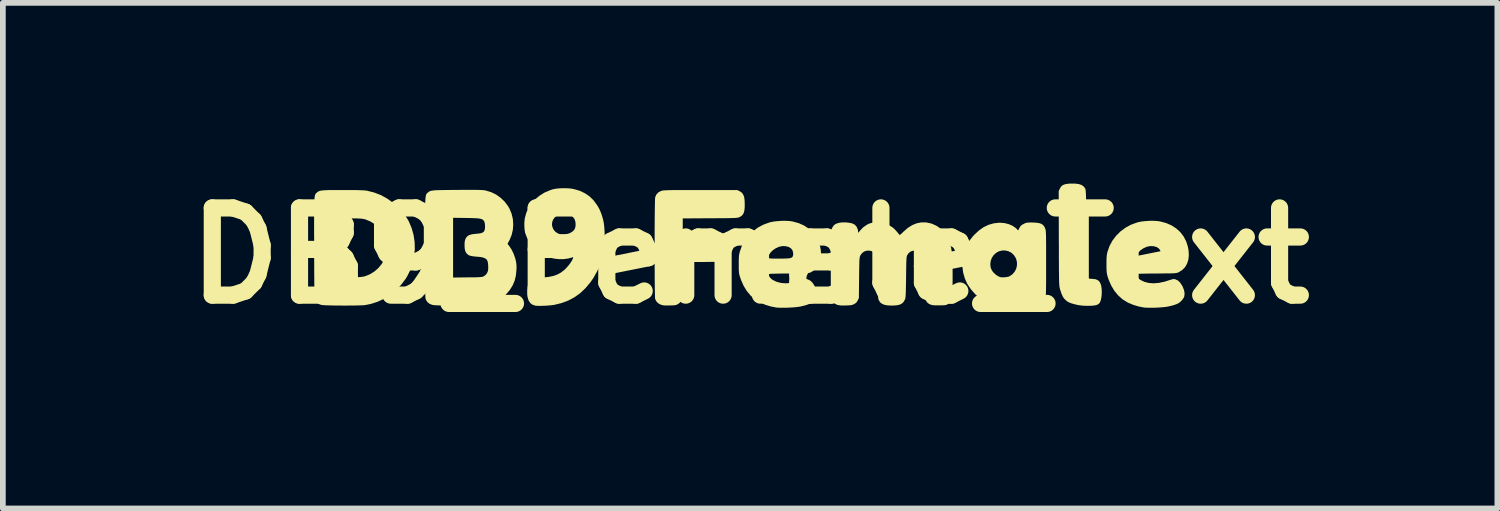
<source format=kicad_pcb>
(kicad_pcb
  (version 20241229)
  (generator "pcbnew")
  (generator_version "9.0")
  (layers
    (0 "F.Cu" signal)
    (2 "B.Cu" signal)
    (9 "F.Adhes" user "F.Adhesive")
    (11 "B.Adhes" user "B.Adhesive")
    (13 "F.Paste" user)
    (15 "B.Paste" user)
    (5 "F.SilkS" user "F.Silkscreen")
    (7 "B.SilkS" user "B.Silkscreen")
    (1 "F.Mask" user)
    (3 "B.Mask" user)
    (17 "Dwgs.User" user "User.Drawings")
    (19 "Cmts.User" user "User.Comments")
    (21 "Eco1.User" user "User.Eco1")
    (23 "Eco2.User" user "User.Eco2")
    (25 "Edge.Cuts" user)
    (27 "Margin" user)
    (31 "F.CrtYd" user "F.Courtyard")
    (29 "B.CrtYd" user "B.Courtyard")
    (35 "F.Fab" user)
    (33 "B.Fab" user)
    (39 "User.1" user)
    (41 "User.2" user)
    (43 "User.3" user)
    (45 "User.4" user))
  (footprint "DB9_Female_Text"
    (layer "F.Cu")
    (at 10.058 1.418)
    (property "Reference" "DB9_Female_Text" (at 0 0 0) (layer "F.SilkS") (effects (font (size 1.524 1.524) (thickness 0.3))))
    (attr board_only exclude_from_pos_files exclude_from_bom)
    (fp_poly (pts (xy 5.685 -1.259) (xy 5.746 -1.251) (xy 5.793 -1.235) (xy 5.829 -1.21) (xy 5.854 -1.177) (xy 5.858 -1.169) (xy 5.86 -1.162) (xy 5.862 -1.153) (xy 5.864 -1.14) (xy 5.866 -1.122) (xy 5.867 -1.098) (xy 5.869 -1.067) (xy 5.87 -1.028) (xy 5.871 -0.98) (xy 5.872 -0.922) (xy 5.873 -0.853) (xy 5.873 -0.771) (xy 5.874 -0.676) (xy 5.875 -0.567) (xy 5.876 -0.442) (xy 5.876 -0.389) (xy 5.877 -0.278) (xy 5.877 -0.171) (xy 5.878 -0.071) (xy 5.879 0.023) (xy 5.88 0.108) (xy 5.882 0.184) (xy 5.883 0.248) (xy 5.884 0.301) (xy 5.885 0.34) (xy 5.886 0.365) (xy 5.887 0.374) (xy 5.905 0.392) (xy 5.938 0.403) (xy 5.986 0.406) (xy 5.987 0.406) (xy 6.039 0.412) (xy 6.08 0.43) (xy 6.11 0.461) (xy 6.13 0.505) (xy 6.135 0.522) (xy 6.143 0.574) (xy 6.146 0.63) (xy 6.144 0.687) (xy 6.137 0.741) (xy 6.126 0.787) (xy 6.111 0.821) (xy 6.11 0.823) (xy 6.087 0.846) (xy 6.058 0.861) (xy 6.025 0.869) (xy 5.98 0.874) (xy 5.927 0.876) (xy 5.869 0.876) (xy 5.812 0.873) (xy 5.796 0.872) (xy 5.732 0.863) (xy 5.671 0.849) (xy 5.615 0.833) (xy 5.571 0.816) (xy 5.558 0.809) (xy 5.52 0.782) (xy 5.489 0.751) (xy 5.463 0.712) (xy 5.441 0.662) (xy 5.42 0.598) (xy 5.416 0.587) (xy 5.413 0.575) (xy 5.411 0.565) (xy 5.408 0.553) (xy 5.406 0.539) (xy 5.404 0.522) (xy 5.403 0.501) (xy 5.401 0.475) (xy 5.4 0.443) (xy 5.399 0.403) (xy 5.399 0.355) (xy 5.398 0.297) (xy 5.397 0.229) (xy 5.397 0.15) (xy 5.396 0.057) (xy 5.396 -0.049) (xy 5.396 -0.17) (xy 5.395 -0.303) (xy 5.393 -1.127) (xy 5.413 -1.172) (xy 5.431 -1.203) (xy 5.454 -1.226) (xy 5.484 -1.242) (xy 5.525 -1.253) (xy 5.578 -1.259) (xy 5.61 -1.26)) (stroke (width 0) (type solid)) (fill yes) (layer "F.SilkS"))
    (fp_poly (pts (xy -0.182 -1.126) (xy -0.152 -1.107) (xy -0.131 -1.085) (xy -0.119 -1.062) (xy -0.109 -1.042) (xy -0.103 -1.021) (xy -0.099 -0.996) (xy -0.096 -0.963) (xy -0.094 -0.917) (xy -0.094 -0.849) (xy -0.099 -0.795) (xy -0.109 -0.753) (xy -0.126 -0.72) (xy -0.15 -0.695) (xy -0.183 -0.675) (xy -0.191 -0.671) (xy -0.199 -0.668) (xy -0.209 -0.665) (xy -0.223 -0.663) (xy -0.241 -0.661) (xy -0.265 -0.659) (xy -0.296 -0.658) (xy -0.337 -0.657) (xy -0.387 -0.656) (xy -0.45 -0.655) (xy -0.525 -0.655) (xy -0.614 -0.654) (xy -0.701 -0.654) (xy -1.177 -0.651) (xy -1.177 -0.381) (xy -0.528 -0.381) (xy -0.485 -0.359) (xy -0.455 -0.341) (xy -0.435 -0.32) (xy -0.423 -0.3) (xy -0.404 -0.245) (xy -0.394 -0.18) (xy -0.393 -0.11) (xy -0.402 -0.04) (xy -0.411 -0.004) (xy -0.43 0.038) (xy -0.459 0.073) (xy -0.495 0.097) (xy -0.508 0.102) (xy -0.524 0.104) (xy -0.555 0.106) (xy -0.599 0.107) (xy -0.654 0.108) (xy -0.72 0.109) (xy -0.793 0.11) (xy -0.857 0.11) (xy -1.176 0.11) (xy -1.179 0.43) (xy -1.181 0.749) (xy -1.202 0.787) (xy -1.234 0.827) (xy -1.262 0.847) (xy -1.279 0.855) (xy -1.296 0.862) (xy -1.317 0.866) (xy -1.345 0.868) (xy -1.384 0.869) (xy -1.41 0.87) (xy -1.458 0.87) (xy -1.493 0.87) (xy -1.52 0.867) (xy -1.541 0.862) (xy -1.563 0.855) (xy -1.564 0.855) (xy -1.61 0.829) (xy -1.642 0.793) (xy -1.659 0.755) (xy -1.661 0.742) (xy -1.662 0.712) (xy -1.663 0.669) (xy -1.664 0.613) (xy -1.665 0.545) (xy -1.666 0.468) (xy -1.667 0.382) (xy -1.667 0.289) (xy -1.668 0.19) (xy -1.668 0.087) (xy -1.668 -0.019) (xy -1.668 -0.126) (xy -1.668 -0.234) (xy -1.668 -0.34) (xy -1.668 -0.443) (xy -1.667 -0.543) (xy -1.667 -0.636) (xy -1.666 -0.723) (xy -1.665 -0.802) (xy -1.664 -0.87) (xy -1.663 -0.928) (xy -1.662 -0.973) (xy -1.66 -1.004) (xy -1.659 -1.019) (xy -1.659 -1.02) (xy -1.639 -1.067) (xy -1.606 -1.104) (xy -1.561 -1.129) (xy -1.551 -1.132) (xy -1.541 -1.135) (xy -1.529 -1.138) (xy -1.515 -1.14) (xy -1.496 -1.141) (xy -1.472 -1.143) (xy -1.442 -1.144) (xy -1.404 -1.145) (xy -1.357 -1.146) (xy -1.301 -1.146) (xy -1.232 -1.147) (xy -1.152 -1.147) (xy -1.058 -1.147) (xy -0.949 -1.147) (xy -0.863 -1.147) (xy -0.224 -1.147)) (stroke (width 0) (type solid)) (fill yes) (layer "F.SilkS"))
    (fp_poly (pts (xy 4.927 -0.58) (xy 4.994 -0.577) (xy 5.046 -0.57) (xy 5.087 -0.558) (xy 5.117 -0.538) (xy 5.139 -0.512) (xy 5.156 -0.478) (xy 5.159 -0.468) (xy 5.162 -0.458) (xy 5.165 -0.447) (xy 5.167 -0.432) (xy 5.168 -0.413) (xy 5.17 -0.389) (xy 5.171 -0.358) (xy 5.172 -0.319) (xy 5.172 -0.27) (xy 5.173 -0.211) (xy 5.173 -0.14) (xy 5.173 -0.055) (xy 5.173 0.044) (xy 5.173 0.143) (xy 5.173 0.262) (xy 5.173 0.365) (xy 5.173 0.454) (xy 5.172 0.53) (xy 5.171 0.593) (xy 5.17 0.646) (xy 5.168 0.688) (xy 5.165 0.723) (xy 5.162 0.75) (xy 5.158 0.77) (xy 5.153 0.786) (xy 5.147 0.799) (xy 5.139 0.808) (xy 5.131 0.817) (xy 5.122 0.824) (xy 5.097 0.842) (xy 5.068 0.855) (xy 5.032 0.863) (xy 4.987 0.867) (xy 4.936 0.867) (xy 4.867 0.865) (xy 4.813 0.857) (xy 4.771 0.842) (xy 4.739 0.821) (xy 4.715 0.792) (xy 4.706 0.773) (xy 4.689 0.736) (xy 4.644 0.777) (xy 4.59 0.816) (xy 4.524 0.845) (xy 4.451 0.864) (xy 4.373 0.871) (xy 4.293 0.866) (xy 4.255 0.86) (xy 4.169 0.834) (xy 4.088 0.795) (xy 4.01 0.741) (xy 3.933 0.672) (xy 3.857 0.585) (xy 3.796 0.494) (xy 3.752 0.397) (xy 3.723 0.295) (xy 3.709 0.186) (xy 3.708 0.147) (xy 4.198 0.147) (xy 4.202 0.197) (xy 4.216 0.239) (xy 4.24 0.278) (xy 4.26 0.301) (xy 4.3 0.338) (xy 4.342 0.363) (xy 4.369 0.374) (xy 4.398 0.378) (xy 4.437 0.378) (xy 4.478 0.374) (xy 4.515 0.367) (xy 4.533 0.36) (xy 4.582 0.327) (xy 4.621 0.283) (xy 4.649 0.232) (xy 4.663 0.175) (xy 4.664 0.116) (xy 4.65 0.059) (xy 4.645 0.045) (xy 4.611 -0.009) (xy 4.567 -0.051) (xy 4.514 -0.078) (xy 4.455 -0.091) (xy 4.411 -0.091) (xy 4.352 -0.078) (xy 4.3 -0.05) (xy 4.257 -0.011) (xy 4.224 0.038) (xy 4.204 0.095) (xy 4.198 0.147) (xy 3.708 0.147) (xy 3.708 0.144) (xy 3.715 0.035) (xy 3.737 -0.066) (xy 3.773 -0.161) (xy 3.825 -0.251) (xy 3.893 -0.338) (xy 3.916 -0.363) (xy 3.996 -0.438) (xy 4.079 -0.497) (xy 4.166 -0.539) (xy 4.256 -0.565) (xy 4.35 -0.576) (xy 4.365 -0.576) (xy 4.443 -0.57) (xy 4.517 -0.552) (xy 4.583 -0.524) (xy 4.638 -0.487) (xy 4.657 -0.469) (xy 4.685 -0.441) (xy 4.707 -0.485) (xy 4.722 -0.512) (xy 4.74 -0.53) (xy 4.765 -0.547) (xy 4.779 -0.554) (xy 4.802 -0.565) (xy 4.821 -0.573) (xy 4.842 -0.577) (xy 4.868 -0.579) (xy 4.904 -0.58)) (stroke (width 0) (type solid)) (fill yes) (layer "F.SilkS"))
    (fp_poly (pts (xy -7.018 -1.147) (xy -6.935 -1.147) (xy -6.866 -1.146) (xy -6.811 -1.144) (xy -6.766 -1.142) (xy -6.732 -1.14) (xy -6.706 -1.137) (xy -6.697 -1.136) (xy -6.57 -1.104) (xy -6.45 -1.058) (xy -6.337 -0.995) (xy -6.23 -0.917) (xy -6.169 -0.864) (xy -6.093 -0.785) (xy -6.027 -0.702) (xy -5.975 -0.619) (xy -5.961 -0.593) (xy -5.913 -0.478) (xy -5.88 -0.359) (xy -5.862 -0.235) (xy -5.859 -0.111) (xy -5.871 0.013) (xy -5.897 0.134) (xy -5.938 0.251) (xy -5.993 0.362) (xy -6.022 0.408) (xy -6.1 0.511) (xy -6.19 0.604) (xy -6.289 0.684) (xy -6.395 0.752) (xy -6.509 0.805) (xy -6.626 0.843) (xy -6.726 0.863) (xy -6.754 0.866) (xy -6.795 0.868) (xy -6.848 0.869) (xy -6.909 0.871) (xy -6.976 0.871) (xy -7.048 0.872) (xy -7.121 0.872) (xy -7.194 0.871) (xy -7.264 0.871) (xy -7.329 0.869) (xy -7.387 0.868) (xy -7.435 0.866) (xy -7.471 0.863) (xy -7.493 0.86) (xy -7.496 0.86) (xy -7.542 0.843) (xy -7.575 0.817) (xy -7.599 0.783) (xy -7.602 0.777) (xy -7.604 0.77) (xy -7.606 0.762) (xy -7.608 0.751) (xy -7.61 0.737) (xy -7.611 0.717) (xy -7.612 0.692) (xy -7.613 0.66) (xy -7.614 0.621) (xy -7.615 0.572) (xy -7.615 0.514) (xy -7.616 0.446) (xy -7.616 0.383) (xy -7.129 0.383) (xy -6.953 0.379) (xy -6.886 0.377) (xy -6.834 0.375) (xy -6.794 0.371) (xy -6.763 0.367) (xy -6.739 0.362) (xy -6.731 0.36) (xy -6.644 0.325) (xy -6.565 0.276) (xy -6.497 0.217) (xy -6.439 0.147) (xy -6.395 0.07) (xy -6.374 0.013) (xy -6.362 -0.039) (xy -6.356 -0.1) (xy -6.355 -0.163) (xy -6.359 -0.223) (xy -6.366 -0.262) (xy -6.395 -0.345) (xy -6.438 -0.422) (xy -6.494 -0.491) (xy -6.561 -0.55) (xy -6.636 -0.598) (xy -6.718 -0.632) (xy -6.743 -0.639) (xy -6.77 -0.644) (xy -6.805 -0.648) (xy -6.85 -0.65) (xy -6.909 -0.652) (xy -6.961 -0.652) (xy -7.129 -0.652) (xy -7.129 0.383) (xy -7.616 0.383) (xy -7.616 0.365) (xy -7.617 0.272) (xy -7.617 0.165) (xy -7.618 0.043) (xy -7.618 -0.094) (xy -7.618 -0.126) (xy -7.618 -0.272) (xy -7.619 -0.402) (xy -7.619 -0.517) (xy -7.619 -0.617) (xy -7.619 -0.705) (xy -7.618 -0.781) (xy -7.618 -0.845) (xy -7.617 -0.899) (xy -7.615 -0.945) (xy -7.613 -0.982) (xy -7.611 -1.011) (xy -7.608 -1.035) (xy -7.604 -1.053) (xy -7.6 -1.067) (xy -7.595 -1.077) (xy -7.589 -1.086) (xy -7.582 -1.092) (xy -7.575 -1.099) (xy -7.568 -1.104) (xy -7.556 -1.114) (xy -7.543 -1.123) (xy -7.528 -1.129) (xy -7.509 -1.135) (xy -7.486 -1.139) (xy -7.455 -1.142) (xy -7.416 -1.144) (xy -7.367 -1.146) (xy -7.306 -1.147) (xy -7.232 -1.147) (xy -7.143 -1.147) (xy -7.116 -1.147)) (stroke (width 0) (type solid)) (fill yes) (layer "F.SilkS"))
    (fp_poly (pts (xy -3.189 -1.178) (xy -3.125 -1.172) (xy -3.084 -1.165) (xy -2.98 -1.135) (xy -2.888 -1.092) (xy -2.807 -1.037) (xy -2.736 -0.968) (xy -2.675 -0.885) (xy -2.662 -0.864) (xy -2.635 -0.816) (xy -2.614 -0.769) (xy -2.595 -0.719) (xy -2.577 -0.66) (xy -2.568 -0.627) (xy -2.557 -0.575) (xy -2.549 -0.511) (xy -2.544 -0.439) (xy -2.541 -0.362) (xy -2.54 -0.287) (xy -2.543 -0.216) (xy -2.548 -0.164) (xy -2.574 -0.012) (xy -2.614 0.13) (xy -2.668 0.263) (xy -2.736 0.386) (xy -2.791 0.466) (xy -2.877 0.568) (xy -2.969 0.655) (xy -3.07 0.727) (xy -3.179 0.785) (xy -3.298 0.829) (xy -3.421 0.859) (xy -3.463 0.865) (xy -3.513 0.87) (xy -3.568 0.874) (xy -3.624 0.876) (xy -3.676 0.877) (xy -3.721 0.876) (xy -3.754 0.873) (xy -3.759 0.872) (xy -3.806 0.855) (xy -3.842 0.827) (xy -3.869 0.786) (xy -3.886 0.732) (xy -3.893 0.665) (xy -3.893 0.6) (xy -3.886 0.534) (xy -3.871 0.481) (xy -3.848 0.442) (xy -3.816 0.415) (xy -3.775 0.398) (xy -3.755 0.394) (xy -3.721 0.39) (xy -3.68 0.386) (xy -3.633 0.382) (xy -3.622 0.381) (xy -3.525 0.372) (xy -3.442 0.355) (xy -3.37 0.33) (xy -3.306 0.295) (xy -3.247 0.25) (xy -3.209 0.212) (xy -3.171 0.169) (xy -3.138 0.124) (xy -3.112 0.083) (xy -3.096 0.048) (xy -3.094 0.043) (xy -3.092 0.029) (xy -3.098 0.027) (xy -3.104 0.029) (xy -3.175 0.049) (xy -3.255 0.06) (xy -3.339 0.061) (xy -3.422 0.051) (xy -3.459 0.043) (xy -3.551 0.011) (xy -3.638 -0.033) (xy -3.718 -0.089) (xy -3.789 -0.155) (xy -3.849 -0.229) (xy -3.896 -0.308) (xy -3.929 -0.392) (xy -3.932 -0.404) (xy -3.94 -0.449) (xy -3.944 -0.504) (xy -3.945 -0.535) (xy -3.462 -0.535) (xy -3.451 -0.489) (xy -3.428 -0.446) (xy -3.395 -0.411) (xy -3.35 -0.385) (xy -3.338 -0.38) (xy -3.318 -0.377) (xy -3.288 -0.376) (xy -3.253 -0.376) (xy -3.246 -0.376) (xy -3.205 -0.379) (xy -3.174 -0.385) (xy -3.147 -0.396) (xy -3.135 -0.402) (xy -3.094 -0.429) (xy -3.068 -0.459) (xy -3.054 -0.497) (xy -3.049 -0.532) (xy -3.052 -0.59) (xy -3.067 -0.638) (xy -3.095 -0.676) (xy -3.133 -0.703) (xy -3.156 -0.711) (xy -3.189 -0.716) (xy -3.231 -0.719) (xy -3.277 -0.719) (xy -3.319 -0.716) (xy -3.348 -0.71) (xy -3.375 -0.698) (xy -3.403 -0.679) (xy -3.413 -0.67) (xy -3.443 -0.629) (xy -3.459 -0.583) (xy -3.462 -0.535) (xy -3.945 -0.535) (xy -3.945 -0.564) (xy -3.941 -0.621) (xy -3.936 -0.657) (xy -3.911 -0.749) (xy -3.871 -0.836) (xy -3.816 -0.917) (xy -3.75 -0.99) (xy -3.673 -1.053) (xy -3.586 -1.106) (xy -3.49 -1.146) (xy -3.442 -1.161) (xy -3.389 -1.171) (xy -3.326 -1.177) (xy -3.257 -1.179)) (stroke (width 0) (type solid)) (fill yes) (layer "F.SilkS"))
    (fp_poly (pts (xy 0.696 -0.605) (xy 0.745 -0.597) (xy 0.848 -0.569) (xy 0.941 -0.528) (xy 1.022 -0.475) (xy 1.092 -0.411) (xy 1.149 -0.336) (xy 1.194 -0.251) (xy 1.224 -0.158) (xy 1.236 -0.095) (xy 1.241 -0.009) (xy 1.233 0.069) (xy 1.211 0.138) (xy 1.176 0.198) (xy 1.129 0.248) (xy 1.07 0.286) (xy 1.062 0.29) (xy 1.051 0.295) (xy 1.04 0.298) (xy 1.028 0.302) (xy 1.012 0.304) (xy 0.991 0.306) (xy 0.963 0.308) (xy 0.927 0.309) (xy 0.88 0.31) (xy 0.821 0.31) (xy 0.748 0.311) (xy 0.671 0.312) (xy 0.585 0.312) (xy 0.514 0.313) (xy 0.457 0.314) (xy 0.412 0.315) (xy 0.379 0.316) (xy 0.354 0.317) (xy 0.338 0.319) (xy 0.328 0.322) (xy 0.323 0.324) (xy 0.322 0.328) (xy 0.322 0.329) (xy 0.329 0.354) (xy 0.348 0.382) (xy 0.375 0.409) (xy 0.396 0.424) (xy 0.464 0.457) (xy 0.542 0.477) (xy 0.628 0.483) (xy 0.721 0.475) (xy 0.822 0.453) (xy 0.882 0.434) (xy 0.922 0.421) (xy 0.951 0.413) (xy 0.971 0.409) (xy 0.987 0.409) (xy 1.002 0.412) (xy 1.007 0.414) (xy 1.049 0.434) (xy 1.087 0.468) (xy 1.12 0.517) (xy 1.131 0.538) (xy 1.157 0.602) (xy 1.167 0.659) (xy 1.162 0.709) (xy 1.16 0.717) (xy 1.144 0.748) (xy 1.117 0.782) (xy 1.085 0.813) (xy 1.063 0.829) (xy 1.028 0.846) (xy 0.981 0.863) (xy 0.925 0.878) (xy 0.866 0.891) (xy 0.852 0.893) (xy 0.804 0.899) (xy 0.746 0.904) (xy 0.681 0.908) (xy 0.615 0.91) (xy 0.553 0.91) (xy 0.498 0.909) (xy 0.457 0.906) (xy 0.365 0.888) (xy 0.271 0.86) (xy 0.183 0.823) (xy 0.169 0.816) (xy 0.083 0.763) (xy 0.007 0.695) (xy -0.06 0.614) (xy -0.116 0.521) (xy -0.161 0.417) (xy -0.175 0.375) (xy -0.184 0.347) (xy -0.19 0.322) (xy -0.194 0.298) (xy -0.196 0.27) (xy -0.198 0.234) (xy -0.198 0.188) (xy -0.198 0.148) (xy -0.198 0.09) (xy -0.197 0.045) (xy -0.196 0.034) (xy 0.313 0.034) (xy 0.319 0.042) (xy 0.334 0.047) (xy 0.359 0.049) (xy 0.397 0.051) (xy 0.448 0.051) (xy 0.5 0.051) (xy 0.567 0.051) (xy 0.618 0.05) (xy 0.658 0.048) (xy 0.686 0.045) (xy 0.706 0.042) (xy 0.715 0.039) (xy 0.737 0.025) (xy 0.75 0.004) (xy 0.753 -0.028) (xy 0.751 -0.057) (xy 0.739 -0.097) (xy 0.713 -0.129) (xy 0.675 -0.152) (xy 0.626 -0.165) (xy 0.57 -0.168) (xy 0.563 -0.167) (xy 0.507 -0.156) (xy 0.451 -0.131) (xy 0.4 -0.097) (xy 0.358 -0.056) (xy 0.331 -0.014) (xy 0.321 0.007) (xy 0.314 0.022) (xy 0.313 0.034) (xy -0.196 0.034) (xy -0.195 0.01) (xy -0.191 -0.019) (xy -0.186 -0.045) (xy -0.179 -0.072) (xy -0.143 -0.173) (xy -0.092 -0.266) (xy -0.028 -0.351) (xy 0.049 -0.426) (xy 0.135 -0.49) (xy 0.232 -0.542) (xy 0.336 -0.58) (xy 0.356 -0.585) (xy 0.414 -0.597) (xy 0.483 -0.604) (xy 0.557 -0.609) (xy 0.629 -0.609)) (stroke (width 0) (type solid)) (fill yes) (layer "F.SilkS"))
    (fp_poly (pts (xy 7.122 -0.605) (xy 7.171 -0.597) (xy 7.274 -0.569) (xy 7.367 -0.528) (xy 7.448 -0.475) (xy 7.518 -0.411) (xy 7.576 -0.336) (xy 7.62 -0.251) (xy 7.65 -0.158) (xy 7.662 -0.095) (xy 7.667 -0.009) (xy 7.659 0.069) (xy 7.637 0.138) (xy 7.603 0.198) (xy 7.555 0.248) (xy 7.496 0.286) (xy 7.488 0.29) (xy 7.477 0.295) (xy 7.467 0.298) (xy 7.454 0.302) (xy 7.438 0.304) (xy 7.417 0.306) (xy 7.389 0.308) (xy 7.353 0.309) (xy 7.306 0.31) (xy 7.247 0.31) (xy 7.175 0.311) (xy 7.097 0.312) (xy 7.011 0.312) (xy 6.94 0.313) (xy 6.883 0.314) (xy 6.838 0.315) (xy 6.805 0.316) (xy 6.781 0.317) (xy 6.764 0.319) (xy 6.754 0.322) (xy 6.75 0.324) (xy 6.748 0.328) (xy 6.748 0.329) (xy 6.755 0.354) (xy 6.774 0.382) (xy 6.802 0.409) (xy 6.822 0.424) (xy 6.89 0.457) (xy 6.968 0.477) (xy 7.054 0.483) (xy 7.147 0.475) (xy 7.248 0.453) (xy 7.308 0.434) (xy 7.349 0.421) (xy 7.377 0.413) (xy 7.397 0.409) (xy 7.413 0.409) (xy 7.429 0.412) (xy 7.433 0.414) (xy 7.476 0.434) (xy 7.513 0.468) (xy 7.546 0.517) (xy 7.558 0.538) (xy 7.583 0.602) (xy 7.593 0.659) (xy 7.588 0.709) (xy 7.586 0.717) (xy 7.57 0.748) (xy 7.544 0.782) (xy 7.511 0.813) (xy 7.489 0.829) (xy 7.454 0.846) (xy 7.407 0.863) (xy 7.351 0.878) (xy 7.292 0.891) (xy 7.279 0.893) (xy 7.23 0.899) (xy 7.172 0.904) (xy 7.107 0.908) (xy 7.042 0.91) (xy 6.979 0.91) (xy 6.925 0.909) (xy 6.883 0.906) (xy 6.791 0.888) (xy 6.697 0.86) (xy 6.609 0.823) (xy 6.595 0.816) (xy 6.509 0.763) (xy 6.433 0.695) (xy 6.366 0.614) (xy 6.31 0.521) (xy 6.265 0.417) (xy 6.251 0.375) (xy 6.243 0.347) (xy 6.237 0.322) (xy 6.233 0.298) (xy 6.23 0.27) (xy 6.229 0.234) (xy 6.228 0.188) (xy 6.228 0.148) (xy 6.228 0.09) (xy 6.229 0.045) (xy 6.23 0.034) (xy 6.74 0.034) (xy 6.746 0.042) (xy 6.76 0.047) (xy 6.786 0.049) (xy 6.823 0.051) (xy 6.874 0.051) (xy 6.926 0.051) (xy 6.993 0.051) (xy 7.045 0.05) (xy 7.084 0.048) (xy 7.112 0.045) (xy 7.132 0.042) (xy 7.142 0.039) (xy 7.164 0.025) (xy 7.176 0.004) (xy 7.179 -0.028) (xy 7.177 -0.057) (xy 7.165 -0.097) (xy 7.139 -0.129) (xy 7.101 -0.152) (xy 7.053 -0.165) (xy 6.996 -0.168) (xy 6.989 -0.167) (xy 6.933 -0.156) (xy 6.877 -0.131) (xy 6.826 -0.097) (xy 6.784 -0.056) (xy 6.757 -0.014) (xy 6.747 0.007) (xy 6.741 0.022) (xy 6.74 0.034) (xy 6.23 0.034) (xy 6.232 0.01) (xy 6.235 -0.019) (xy 6.24 -0.045) (xy 6.247 -0.072) (xy 6.283 -0.173) (xy 6.334 -0.266) (xy 6.399 -0.351) (xy 6.475 -0.426) (xy 6.562 -0.49) (xy 6.658 -0.542) (xy 6.763 -0.58) (xy 6.782 -0.585) (xy 6.84 -0.597) (xy 6.909 -0.604) (xy 6.983 -0.609) (xy 7.056 -0.609)) (stroke (width 0) (type solid)) (fill yes) (layer "F.SilkS"))
    (fp_poly (pts (xy 2.274 -0.579) (xy 2.347 -0.564) (xy 2.416 -0.538) (xy 2.478 -0.502) (xy 2.505 -0.481) (xy 2.528 -0.46) (xy 2.554 -0.432) (xy 2.579 -0.403) (xy 2.599 -0.378) (xy 2.607 -0.366) (xy 2.613 -0.363) (xy 2.623 -0.367) (xy 2.641 -0.381) (xy 2.667 -0.406) (xy 2.681 -0.42) (xy 2.756 -0.485) (xy 2.833 -0.534) (xy 2.912 -0.566) (xy 2.994 -0.582) (xy 3.078 -0.581) (xy 3.163 -0.563) (xy 3.181 -0.557) (xy 3.262 -0.52) (xy 3.333 -0.47) (xy 3.393 -0.406) (xy 3.444 -0.33) (xy 3.483 -0.24) (xy 3.513 -0.138) (xy 3.53 -0.031) (xy 3.532 -0.002) (xy 3.534 0.04) (xy 3.536 0.092) (xy 3.537 0.153) (xy 3.538 0.22) (xy 3.539 0.291) (xy 3.539 0.364) (xy 3.539 0.437) (xy 3.538 0.507) (xy 3.538 0.572) (xy 3.537 0.63) (xy 3.535 0.679) (xy 3.534 0.716) (xy 3.532 0.74) (xy 3.53 0.746) (xy 3.51 0.793) (xy 3.479 0.831) (xy 3.45 0.851) (xy 3.434 0.858) (xy 3.416 0.863) (xy 3.392 0.866) (xy 3.36 0.867) (xy 3.315 0.868) (xy 3.298 0.868) (xy 3.25 0.868) (xy 3.215 0.867) (xy 3.19 0.864) (xy 3.17 0.86) (xy 3.153 0.854) (xy 3.137 0.847) (xy 3.107 0.829) (xy 3.087 0.807) (xy 3.073 0.783) (xy 3.052 0.741) (xy 3.048 0.389) (xy 3.044 0.038) (xy 3.023 -0.004) (xy 2.994 -0.046) (xy 2.956 -0.074) (xy 2.911 -0.088) (xy 2.857 -0.089) (xy 2.81 -0.075) (xy 2.773 -0.047) (xy 2.75 -0.015) (xy 2.745 -0.006) (xy 2.741 0.004) (xy 2.738 0.015) (xy 2.735 0.03) (xy 2.733 0.051) (xy 2.732 0.078) (xy 2.73 0.114) (xy 2.729 0.16) (xy 2.728 0.218) (xy 2.727 0.29) (xy 2.726 0.377) (xy 2.725 0.465) (xy 2.723 0.538) (xy 2.722 0.598) (xy 2.721 0.645) (xy 2.719 0.682) (xy 2.717 0.71) (xy 2.715 0.731) (xy 2.713 0.747) (xy 2.709 0.759) (xy 2.706 0.766) (xy 2.685 0.804) (xy 2.658 0.833) (xy 2.622 0.853) (xy 2.575 0.865) (xy 2.516 0.871) (xy 2.477 0.872) (xy 2.405 0.869) (xy 2.349 0.859) (xy 2.305 0.841) (xy 2.272 0.815) (xy 2.25 0.779) (xy 2.244 0.765) (xy 2.241 0.752) (xy 2.238 0.73) (xy 2.236 0.698) (xy 2.234 0.656) (xy 2.232 0.601) (xy 2.23 0.532) (xy 2.229 0.449) (xy 2.228 0.381) (xy 2.223 0.03) (xy 2.201 -0.008) (xy 2.17 -0.05) (xy 2.129 -0.077) (xy 2.091 -0.088) (xy 2.04 -0.088) (xy 1.994 -0.073) (xy 1.955 -0.043) (xy 1.928 -0.006) (xy 1.923 0.004) (xy 1.92 0.013) (xy 1.917 0.025) (xy 1.914 0.04) (xy 1.912 0.06) (xy 1.91 0.088) (xy 1.909 0.125) (xy 1.908 0.171) (xy 1.907 0.23) (xy 1.906 0.303) (xy 1.905 0.385) (xy 1.901 0.741) (xy 1.88 0.783) (xy 1.862 0.813) (xy 1.84 0.833) (xy 1.816 0.847) (xy 1.796 0.856) (xy 1.776 0.862) (xy 1.753 0.866) (xy 1.721 0.868) (xy 1.677 0.87) (xy 1.668 0.87) (xy 1.619 0.871) (xy 1.583 0.87) (xy 1.555 0.866) (xy 1.531 0.861) (xy 1.516 0.856) (xy 1.473 0.835) (xy 1.443 0.805) (xy 1.424 0.765) (xy 1.423 0.762) (xy 1.421 0.748) (xy 1.42 0.722) (xy 1.418 0.682) (xy 1.417 0.628) (xy 1.416 0.56) (xy 1.415 0.477) (xy 1.414 0.378) (xy 1.414 0.264) (xy 1.414 0.142) (xy 1.414 -0.446) (xy 1.437 -0.491) (xy 1.457 -0.523) (xy 1.482 -0.546) (xy 1.516 -0.563) (xy 1.561 -0.575) (xy 1.571 -0.577) (xy 1.621 -0.582) (xy 1.678 -0.581) (xy 1.734 -0.575) (xy 1.784 -0.564) (xy 1.79 -0.562) (xy 1.831 -0.54) (xy 1.862 -0.505) (xy 1.881 -0.46) (xy 1.885 -0.439) (xy 1.89 -0.398) (xy 1.922 -0.438) (xy 1.979 -0.498) (xy 2.046 -0.543) (xy 2.072 -0.557) (xy 2.133 -0.576) (xy 2.202 -0.583)) (stroke (width 0) (type solid)) (fill yes) (layer "F.SilkS"))
    (fp_poly (pts (xy -4.804 -1.15) (xy -4.757 -1.149) (xy -4.719 -1.148) (xy -4.688 -1.147) (xy -4.663 -1.145) (xy -4.642 -1.143) (xy -4.624 -1.14) (xy -4.619 -1.138) (xy -4.527 -1.111) (xy -4.44 -1.069) (xy -4.361 -1.013) (xy -4.29 -0.945) (xy -4.23 -0.866) (xy -4.204 -0.82) (xy -4.168 -0.734) (xy -4.146 -0.642) (xy -4.139 -0.546) (xy -4.146 -0.451) (xy -4.168 -0.359) (xy -4.204 -0.272) (xy -4.207 -0.267) (xy -4.239 -0.207) (xy -4.206 -0.165) (xy -4.165 -0.102) (xy -4.13 -0.028) (xy -4.103 0.051) (xy -4.097 0.074) (xy -4.089 0.112) (xy -4.084 0.146) (xy -4.082 0.183) (xy -4.082 0.228) (xy -4.083 0.25) (xy -4.093 0.349) (xy -4.115 0.439) (xy -4.15 0.521) (xy -4.199 0.599) (xy -4.263 0.674) (xy -4.275 0.687) (xy -4.312 0.723) (xy -4.342 0.749) (xy -4.369 0.769) (xy -4.398 0.787) (xy -4.433 0.805) (xy -4.437 0.807) (xy -4.465 0.82) (xy -4.491 0.832) (xy -4.516 0.842) (xy -4.542 0.85) (xy -4.57 0.856) (xy -4.603 0.861) (xy -4.64 0.865) (xy -4.685 0.868) (xy -4.739 0.87) (xy -4.803 0.871) (xy -4.879 0.871) (xy -4.968 0.871) (xy -5.073 0.871) (xy -5.082 0.871) (xy -5.181 0.871) (xy -5.266 0.871) (xy -5.336 0.87) (xy -5.393 0.87) (xy -5.44 0.869) (xy -5.477 0.867) (xy -5.506 0.866) (xy -5.528 0.864) (xy -5.545 0.861) (xy -5.558 0.858) (xy -5.562 0.857) (xy -5.61 0.836) (xy -5.646 0.803) (xy -5.668 0.762) (xy -5.671 0.751) (xy -5.673 0.738) (xy -5.675 0.715) (xy -5.676 0.68) (xy -5.677 0.633) (xy -5.678 0.573) (xy -5.679 0.5) (xy -5.68 0.413) (xy -5.68 0.312) (xy -5.681 0.196) (xy -5.681 0.064) (xy -5.681 -0.084) (xy -5.681 -0.146) (xy -5.681 -0.29) (xy -5.681 -0.418) (xy -5.681 -0.532) (xy -5.681 -0.631) (xy -5.681 -0.662) (xy -5.19 -0.662) (xy -5.19 0.382) (xy -4.938 0.379) (xy -4.866 0.379) (xy -4.808 0.378) (xy -4.763 0.377) (xy -4.73 0.375) (xy -4.704 0.373) (xy -4.686 0.371) (xy -4.672 0.367) (xy -4.661 0.363) (xy -4.652 0.359) (xy -4.618 0.333) (xy -4.597 0.304) (xy -4.587 0.283) (xy -4.58 0.262) (xy -4.577 0.236) (xy -4.576 0.2) (xy -4.576 0.191) (xy -4.579 0.139) (xy -4.587 0.099) (xy -4.602 0.069) (xy -4.628 0.048) (xy -4.664 0.033) (xy -4.714 0.023) (xy -4.772 0.018) (xy -4.826 0.013) (xy -4.866 0.007) (xy -4.897 -0.000402) (xy -4.92 -0.011) (xy -4.94 -0.025) (xy -4.946 -0.032) (xy -4.967 -0.057) (xy -4.98 -0.089) (xy -4.988 -0.131) (xy -4.99 -0.187) (xy -4.99 -0.187) (xy -4.989 -0.229) (xy -4.984 -0.261) (xy -4.976 -0.287) (xy -4.971 -0.298) (xy -4.954 -0.326) (xy -4.931 -0.348) (xy -4.9 -0.363) (xy -4.859 -0.374) (xy -4.804 -0.381) (xy -4.791 -0.382) (xy -4.738 -0.387) (xy -4.699 -0.394) (xy -4.672 -0.405) (xy -4.654 -0.419) (xy -4.642 -0.438) (xy -4.64 -0.445) (xy -4.633 -0.477) (xy -4.632 -0.514) (xy -4.634 -0.552) (xy -4.641 -0.586) (xy -4.651 -0.608) (xy -4.653 -0.61) (xy -4.665 -0.623) (xy -4.678 -0.633) (xy -4.695 -0.64) (xy -4.716 -0.646) (xy -4.745 -0.651) (xy -4.783 -0.654) (xy -4.832 -0.656) (xy -4.894 -0.658) (xy -4.959 -0.659) (xy -5.19 -0.662) (xy -5.681 -0.662) (xy -5.68 -0.717) (xy -5.68 -0.791) (xy -5.679 -0.854) (xy -5.678 -0.907) (xy -5.676 -0.951) (xy -5.674 -0.987) (xy -5.671 -1.016) (xy -5.668 -1.038) (xy -5.664 -1.056) (xy -5.66 -1.069) (xy -5.655 -1.079) (xy -5.649 -1.087) (xy -5.642 -1.094) (xy -5.634 -1.1) (xy -5.629 -1.104) (xy -5.618 -1.113) (xy -5.607 -1.121) (xy -5.594 -1.128) (xy -5.578 -1.133) (xy -5.558 -1.137) (xy -5.532 -1.14) (xy -5.498 -1.143) (xy -5.456 -1.145) (xy -5.403 -1.146) (xy -5.338 -1.147) (xy -5.26 -1.148) (xy -5.168 -1.149) (xy -5.114 -1.149) (xy -5.015 -1.15) (xy -4.931 -1.15) (xy -4.862 -1.15)) (stroke (width 0) (type solid)) (fill yes) (layer "F.SilkS")))
  (gr_rect
    (start -3 -3)
    (end 23.117 5.836)
    (stroke (width 0.1) (type default))
    (fill no)
    (layer "Edge.Cuts")))
</source>
